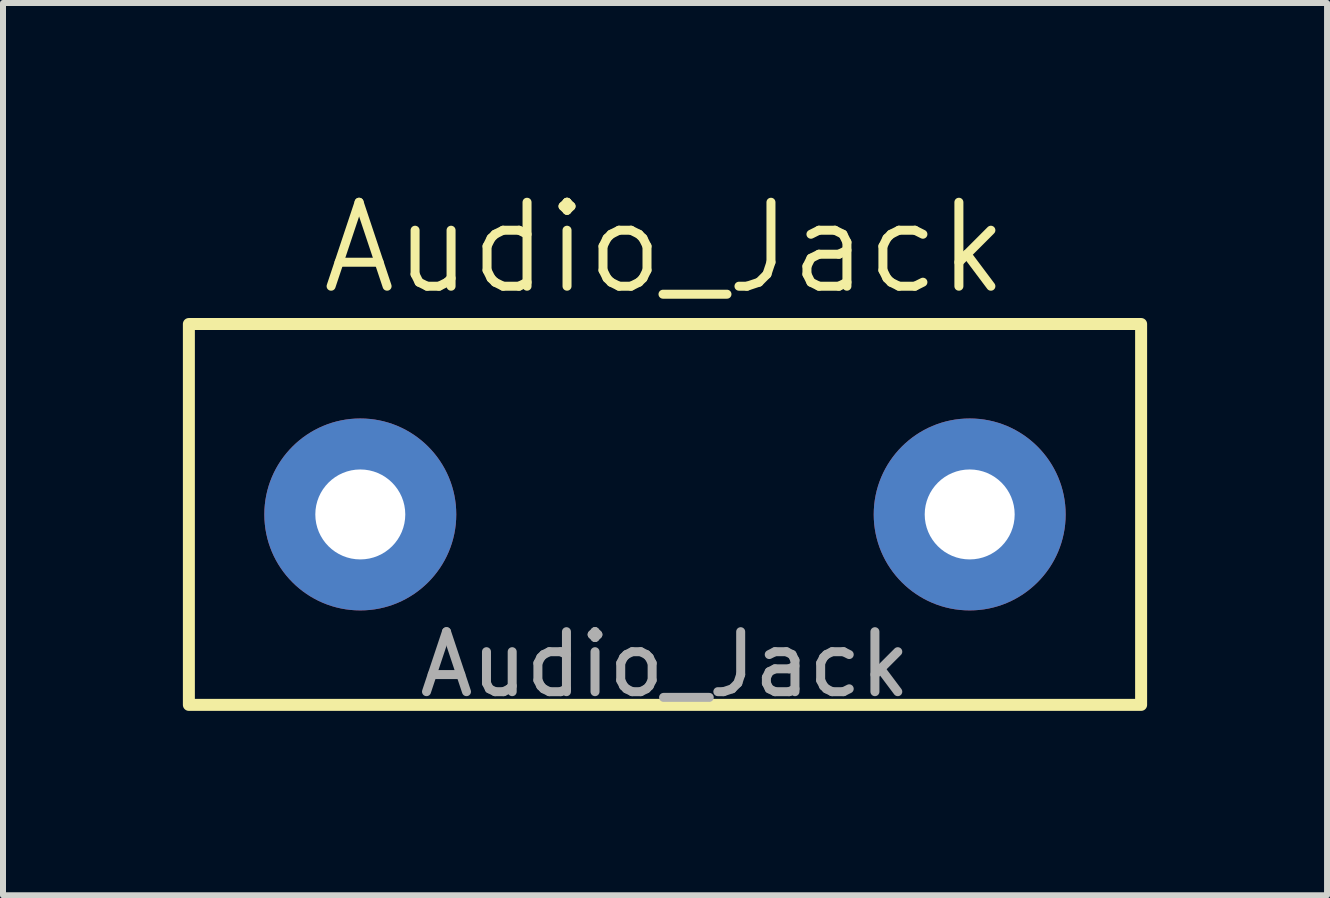
<source format=kicad_pcb>
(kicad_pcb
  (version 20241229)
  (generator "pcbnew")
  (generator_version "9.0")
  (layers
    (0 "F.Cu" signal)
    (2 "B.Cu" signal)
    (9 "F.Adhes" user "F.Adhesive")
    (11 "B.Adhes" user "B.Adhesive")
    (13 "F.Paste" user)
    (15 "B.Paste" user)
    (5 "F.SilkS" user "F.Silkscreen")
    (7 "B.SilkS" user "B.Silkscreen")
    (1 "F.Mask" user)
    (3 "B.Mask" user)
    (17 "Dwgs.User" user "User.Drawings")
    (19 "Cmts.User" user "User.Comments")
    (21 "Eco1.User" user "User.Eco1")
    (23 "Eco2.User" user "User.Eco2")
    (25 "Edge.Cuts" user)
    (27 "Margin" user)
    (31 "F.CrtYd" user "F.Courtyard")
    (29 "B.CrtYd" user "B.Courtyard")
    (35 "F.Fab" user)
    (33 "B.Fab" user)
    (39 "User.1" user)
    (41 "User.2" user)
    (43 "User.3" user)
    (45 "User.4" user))
  (footprint "Audio_Jack"
    (layer "F.Cu")
    (at 8.037 5.527)
    (property "Reference" "Audio_Jack" (at 0 -4.445 0) (unlocked yes) (layer "F.SilkS") (effects (font (size 1.4 1.4) (thickness 0.15))))
    (attr through_hole)
    (fp_rect (start -7.938 -3.175) (end 7.938 3.175) (stroke (width 0.2) (type default)) (fill no) (layer "F.SilkS"))
    (fp_text user "${REFERENCE}" (at 0 2.5 0) (unlocked yes) (layer "F.Fab") (effects (font (size 1 1) (thickness 0.15))))
    (pad "S" thru_hole circle (at 5.08 0) (size 3.2 3.2) (drill 1.5) (layers "*.Cu" "*.Mask"))
    (pad "T" thru_hole circle (at -5.08 0) (size 3.2 3.2) (drill 1.5) (layers "*.Cu" "*.Mask")))
  (gr_rect
    (start -3 -3)
    (end 19.075 11.876)
    (stroke (width 0.1) (type default))
    (fill no)
    (layer "Edge.Cuts")))
</source>
